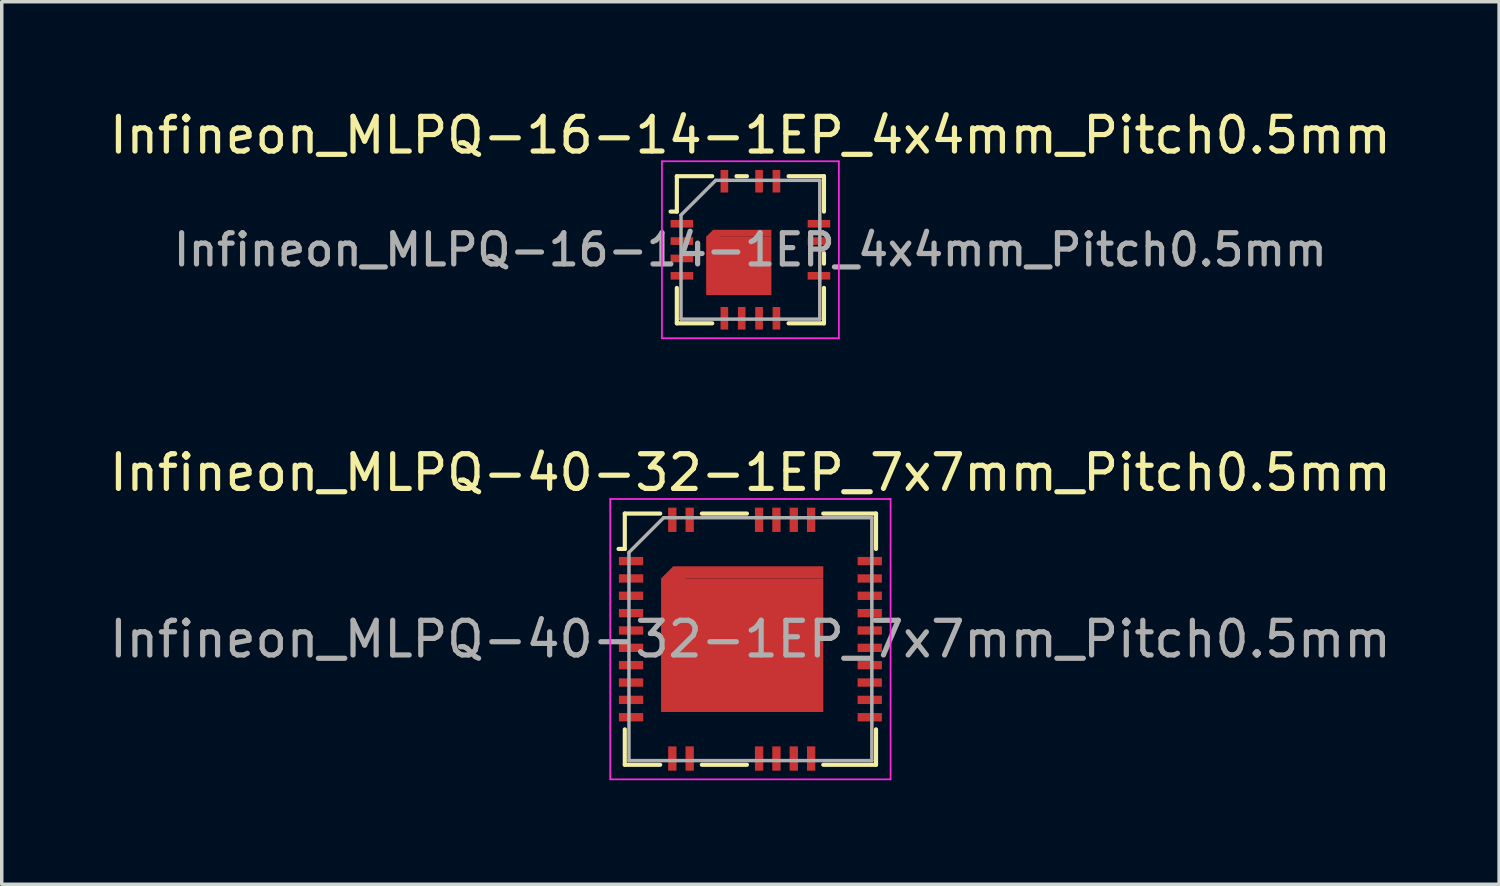
<source format=kicad_pcb>
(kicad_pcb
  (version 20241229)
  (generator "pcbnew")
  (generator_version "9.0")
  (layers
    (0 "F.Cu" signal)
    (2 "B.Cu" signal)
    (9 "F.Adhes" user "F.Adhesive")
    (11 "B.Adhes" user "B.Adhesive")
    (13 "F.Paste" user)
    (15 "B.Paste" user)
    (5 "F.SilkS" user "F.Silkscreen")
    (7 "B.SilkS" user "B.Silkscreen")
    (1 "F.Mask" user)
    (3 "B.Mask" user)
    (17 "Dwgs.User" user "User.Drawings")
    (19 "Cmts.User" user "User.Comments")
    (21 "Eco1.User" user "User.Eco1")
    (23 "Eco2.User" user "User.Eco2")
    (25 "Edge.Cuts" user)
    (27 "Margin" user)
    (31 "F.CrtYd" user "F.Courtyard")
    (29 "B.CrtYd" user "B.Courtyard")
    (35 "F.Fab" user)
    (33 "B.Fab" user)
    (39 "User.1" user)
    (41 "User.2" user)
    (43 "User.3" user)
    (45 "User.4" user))
  (footprint "Infineon_MLPQ-16-14-1EP_4x4mm_Pitch0.5mm"
    (layer "F.Cu")
    (at 18.577 4.148)
    (property "Reference" "Infineon_MLPQ-16-14-1EP_4x4mm_Pitch0.5mm" (at 0 -3.3 0) (layer "F.SilkS") (effects (font (size 1 1) (thickness 0.15))))
    (attr smd)
    (fp_line (start -2.3 -1.1) (end -2.12 -1.1) (stroke (width 0.12) (type solid)) (layer "F.SilkS"))
    (fp_line (start -2.12 -2.12) (end -2.12 -1.1) (stroke (width 0.12) (type solid)) (layer "F.SilkS"))
    (fp_line (start -2.12 1.1) (end -2.12 2.12) (stroke (width 0.12) (type solid)) (layer "F.SilkS"))
    (fp_line (start -1.1 -2.12) (end -2.12 -2.12) (stroke (width 0.12) (type solid)) (layer "F.SilkS"))
    (fp_line (start -1.1 2.12) (end -2.12 2.12) (stroke (width 0.12) (type solid)) (layer "F.SilkS"))
    (fp_line (start -0.1 -2.12) (end -0.4 -2.12) (stroke (width 0.12) (type solid)) (layer "F.SilkS"))
    (fp_line (start 2.12 -2.12) (end 1.1 -2.12) (stroke (width 0.12) (type solid)) (layer "F.SilkS"))
    (fp_line (start 2.12 -2.12) (end 2.12 -1.1) (stroke (width 0.12) (type solid)) (layer "F.SilkS"))
    (fp_line (start 2.12 0.1) (end 2.12 0.4) (stroke (width 0.12) (type solid)) (layer "F.SilkS"))
    (fp_line (start 2.12 1.1) (end 2.12 2.12) (stroke (width 0.12) (type solid)) (layer "F.SilkS"))
    (fp_line (start 2.12 2.12) (end 1.1 2.12) (stroke (width 0.12) (type solid)) (layer "F.SilkS"))
    (fp_line (start -2.55 -2.55) (end 2.55 -2.55) (stroke (width 0.05) (type solid)) (layer "F.CrtYd"))
    (fp_line (start -2.55 2.55) (end -2.55 -2.55) (stroke (width 0.05) (type solid)) (layer "F.CrtYd"))
    (fp_line (start 2.55 -2.55) (end 2.55 2.55) (stroke (width 0.05) (type solid)) (layer "F.CrtYd"))
    (fp_line (start 2.55 2.55) (end -2.55 2.55) (stroke (width 0.05) (type solid)) (layer "F.CrtYd"))
    (fp_line (start -2 2) (end -2 -1) (stroke (width 0.1) (type solid)) (layer "F.Fab"))
    (fp_line (start -1 -2) (end -2 -1) (stroke (width 0.1) (type solid)) (layer "F.Fab"))
    (fp_line (start -1 -2) (end 2 -2) (stroke (width 0.1) (type solid)) (layer "F.Fab"))
    (fp_line (start 2 -2) (end 2 2) (stroke (width 0.1) (type solid)) (layer "F.Fab"))
    (fp_line (start 2 2) (end -2 2) (stroke (width 0.1) (type solid)) (layer "F.Fab"))
    (fp_text user "${REFERENCE}" (at 0 0 0) (layer "F.Fab") (effects (font (size 0.9 0.9) (thickness 0.15))))
    (pad "" smd rect (at -0.335 -0.105) (size 1.5 0.8) (layers "F.Paste"))
    (pad "" smd rect (at -0.335 0.835) (size 1.5 0.8) (layers "F.Paste"))
    (pad "1" smd rect (at -1.975 -0.75) (size 0.65 0.22) (layers "F.Cu" "F.Mask" "F.Paste"))
    (pad "2" smd rect (at -1.975 -0.25) (size 0.65 0.22) (layers "F.Cu" "F.Mask" "F.Paste"))
    (pad "3" smd rect (at -1.975 0.25) (size 0.65 0.22) (layers "F.Cu" "F.Mask" "F.Paste"))
    (pad "4" smd rect (at -1.975 0.75) (size 0.65 0.22) (layers "F.Cu" "F.Mask" "F.Paste"))
    (pad "5" smd rect (at -0.75 1.975) (size 0.22 0.65) (layers "F.Cu" "F.Mask" "F.Paste"))
    (pad "6" smd rect (at -0.25 1.975) (size 0.22 0.65) (layers "F.Cu" "F.Mask" "F.Paste"))
    (pad "7" smd rect (at 0.25 1.975) (size 0.22 0.65) (layers "F.Cu" "F.Mask" "F.Paste"))
    (pad "8" smd rect (at 0.75 1.975) (size 0.22 0.65) (layers "F.Cu" "F.Mask" "F.Paste"))
    (pad "9" smd rect (at 1.975 0.75) (size 0.65 0.22) (layers "F.Cu" "F.Mask" "F.Paste"))
    (pad "11" smd rect (at 1.975 -0.25) (size 0.65 0.22) (layers "F.Cu" "F.Mask" "F.Paste"))
    (pad "12" smd rect (at 1.975 -0.75) (size 0.65 0.22) (layers "F.Cu" "F.Mask" "F.Paste"))
    (pad "13" smd rect (at 0.75 -1.975) (size 0.22 0.65) (layers "F.Cu" "F.Mask" "F.Paste"))
    (pad "14" smd rect (at 0.25 -1.975) (size 0.22 0.65) (layers "F.Cu" "F.Mask" "F.Paste"))
    (pad "16" smd rect (at -0.75 -1.975) (size 0.22 0.65) (layers "F.Cu" "F.Mask" "F.Paste"))
    (pad "17" smd rect (at -1.075 -0.375 45) (size 0.283 0.283) (layers "F.Cu" "F.Mask"))
    (pad "17" smd rect (at -0.335 0.465) (size 1.88 1.68) (layers "F.Cu" "F.Mask"))
    (pad "17" smd rect (at -0.235 -0.475) (size 1.68 0.2) (layers "F.Cu" "F.Mask")))
  (footprint "Infineon_MLPQ-40-32-1EP_7x7mm_Pitch0.5mm"
    (layer "F.Cu")
    (at 18.577 15.371)
    (property "Reference" "Infineon_MLPQ-40-32-1EP_7x7mm_Pitch0.5mm" (at 0 -4.8 0) (layer "F.SilkS") (effects (font (size 1 1) (thickness 0.15))))
    (attr smd)
    (fp_line (start -3.8 -2.6) (end -3.62 -2.6) (stroke (width 0.12) (type solid)) (layer "F.SilkS"))
    (fp_line (start -3.62 -3.62) (end -3.62 -2.6) (stroke (width 0.12) (type solid)) (layer "F.SilkS"))
    (fp_line (start -3.62 3.62) (end -3.62 2.6) (stroke (width 0.12) (type solid)) (layer "F.SilkS"))
    (fp_line (start -2.6 -3.62) (end -3.62 -3.62) (stroke (width 0.12) (type solid)) (layer "F.SilkS"))
    (fp_line (start -2.6 3.62) (end -3.62 3.62) (stroke (width 0.12) (type solid)) (layer "F.SilkS"))
    (fp_line (start -0.1 -3.62) (end -1.4 -3.62) (stroke (width 0.12) (type solid)) (layer "F.SilkS"))
    (fp_line (start -0.1 3.62) (end -1.4 3.62) (stroke (width 0.12) (type solid)) (layer "F.SilkS"))
    (fp_line (start 3.62 -3.62) (end 2.1 -3.62) (stroke (width 0.12) (type solid)) (layer "F.SilkS"))
    (fp_line (start 3.62 -3.62) (end 3.62 -2.6) (stroke (width 0.12) (type solid)) (layer "F.SilkS"))
    (fp_line (start 3.62 3.62) (end 2.1 3.62) (stroke (width 0.12) (type solid)) (layer "F.SilkS"))
    (fp_line (start 3.62 3.62) (end 3.62 2.6) (stroke (width 0.12) (type solid)) (layer "F.SilkS"))
    (fp_line (start -4.04 -4.04) (end 4.04 -4.04) (stroke (width 0.05) (type solid)) (layer "F.CrtYd"))
    (fp_line (start -4.04 4.04) (end -4.04 -4.04) (stroke (width 0.05) (type solid)) (layer "F.CrtYd"))
    (fp_line (start 4.04 -4.04) (end 4.04 4.04) (stroke (width 0.05) (type solid)) (layer "F.CrtYd"))
    (fp_line (start 4.04 4.04) (end -4.04 4.04) (stroke (width 0.05) (type solid)) (layer "F.CrtYd"))
    (fp_line (start -3.5 3.5) (end -3.5 -2.5) (stroke (width 0.1) (type solid)) (layer "F.Fab"))
    (fp_line (start -2.5 -3.5) (end -3.5 -2.5) (stroke (width 0.1) (type solid)) (layer "F.Fab"))
    (fp_line (start -2.5 -3.5) (end 3.5 -3.5) (stroke (width 0.1) (type solid)) (layer "F.Fab"))
    (fp_line (start 3.5 -3.5) (end 3.5 3.5) (stroke (width 0.1) (type solid)) (layer "F.Fab"))
    (fp_line (start 3.5 3.5) (end -3.5 3.5) (stroke (width 0.1) (type solid)) (layer "F.Fab"))
    (fp_text user "${REFERENCE}" (at 0 0 0) (layer "F.Fab") (effects (font (size 1 1) (thickness 0.15))))
    (pad "" smd rect (at -3.425 -2.25) (size 0.65 0.22) (layers "F.Paste"))
    (pad "" smd rect (at -3.425 -1.75) (size 0.65 0.22) (layers "F.Paste"))
    (pad "" smd rect (at -3.425 -1.25) (size 0.65 0.22) (layers "F.Paste"))
    (pad "" smd rect (at -3.425 -0.75) (size 0.65 0.22) (layers "F.Paste"))
    (pad "" smd rect (at -3.425 -0.25) (size 0.65 0.22) (layers "F.Paste"))
    (pad "" smd rect (at -3.425 0.25) (size 0.65 0.22) (layers "F.Paste"))
    (pad "" smd rect (at -3.425 0.75) (size 0.65 0.22) (layers "F.Paste"))
    (pad "" smd rect (at -3.425 1.25) (size 0.65 0.22) (layers "F.Paste"))
    (pad "" smd rect (at -3.425 1.75) (size 0.65 0.22) (layers "F.Paste"))
    (pad "" smd rect (at -3.425 2.25) (size 0.65 0.22) (layers "F.Paste"))
    (pad "" smd rect (at -2.25 -3.425) (size 0.22 0.65) (layers "F.Paste"))
    (pad "" smd rect (at -2.25 3.425) (size 0.22 0.65) (layers "F.Paste"))
    (pad "" smd rect (at -1.796 -1.4) (size 1.2 1.1) (layers "F.Paste"))
    (pad "" smd rect (at -1.796 0) (size 1.2 1.1) (layers "F.Paste"))
    (pad "" smd rect (at -1.796 1.4) (size 1.2 1.1) (layers "F.Paste"))
    (pad "" smd rect (at -1.75 -3.425) (size 0.22 0.65) (layers "F.Paste"))
    (pad "" smd rect (at -1.75 3.425) (size 0.22 0.65) (layers "F.Paste"))
    (pad "" smd rect (at -0.237 -1.4) (size 1.2 1.1) (layers "F.Paste"))
    (pad "" smd rect (at -0.237 0) (size 1.2 1.1) (layers "F.Paste"))
    (pad "" smd rect (at -0.237 1.4) (size 1.2 1.1) (layers "F.Paste"))
    (pad "" smd rect (at 0.25 -3.425) (size 0.22 0.65) (layers "F.Paste"))
    (pad "" smd rect (at 0.25 3.425) (size 0.22 0.65) (layers "F.Paste"))
    (pad "" smd rect (at 0.75 -3.425) (size 0.22 0.65) (layers "F.Paste"))
    (pad "" smd rect (at 0.75 3.425) (size 0.22 0.65) (layers "F.Paste"))
    (pad "" smd rect (at 1.25 -3.425) (size 0.22 0.65) (layers "F.Paste"))
    (pad "" smd rect (at 1.25 3.425) (size 0.22 0.65) (layers "F.Paste"))
    (pad "" smd rect (at 1.321 -1.4) (size 1.2 1.1) (layers "F.Paste"))
    (pad "" smd rect (at 1.321 0) (size 1.2 1.1) (layers "F.Paste"))
    (pad "" smd rect (at 1.321 1.4) (size 1.2 1.1) (layers "F.Paste"))
    (pad "" smd rect (at 1.75 -3.425) (size 0.22 0.65) (layers "F.Paste"))
    (pad "" smd rect (at 1.75 3.425) (size 0.22 0.65) (layers "F.Paste"))
    (pad "" smd rect (at 3.425 -2.25) (size 0.65 0.22) (layers "F.Paste"))
    (pad "" smd rect (at 3.425 -1.75) (size 0.65 0.22) (layers "F.Paste"))
    (pad "" smd rect (at 3.425 -1.25) (size 0.65 0.22) (layers "F.Paste"))
    (pad "" smd rect (at 3.425 -0.75) (size 0.65 0.22) (layers "F.Paste"))
    (pad "" smd rect (at 3.425 -0.25) (size 0.65 0.22) (layers "F.Paste"))
    (pad "" smd rect (at 3.425 0.25) (size 0.65 0.22) (layers "F.Paste"))
    (pad "" smd rect (at 3.425 0.75) (size 0.65 0.22) (layers "F.Paste"))
    (pad "" smd rect (at 3.425 1.25) (size 0.65 0.22) (layers "F.Paste"))
    (pad "" smd rect (at 3.425 1.75) (size 0.65 0.22) (layers "F.Paste"))
    (pad "" smd rect (at 3.425 2.25) (size 0.65 0.22) (layers "F.Paste"))
    (pad "1" smd rect (at -3.44 -2.25) (size 0.7 0.24) (layers "F.Cu" "F.Mask"))
    (pad "2" smd rect (at -3.44 -1.75) (size 0.7 0.24) (layers "F.Cu" "F.Mask"))
    (pad "3" smd rect (at -3.44 -1.25) (size 0.7 0.24) (layers "F.Cu" "F.Mask"))
    (pad "4" smd rect (at -3.44 -0.75) (size 0.7 0.24) (layers "F.Cu" "F.Mask"))
    (pad "5" smd rect (at -3.44 -0.25) (size 0.7 0.24) (layers "F.Cu" "F.Mask"))
    (pad "6" smd rect (at -3.44 0.25) (size 0.7 0.24) (layers "F.Cu" "F.Mask"))
    (pad "7" smd rect (at -3.44 0.75) (size 0.7 0.24) (layers "F.Cu" "F.Mask"))
    (pad "8" smd rect (at -3.44 1.25) (size 0.7 0.24) (layers "F.Cu" "F.Mask"))
    (pad "9" smd rect (at -3.44 1.75) (size 0.7 0.24) (layers "F.Cu" "F.Mask"))
    (pad "10" smd rect (at -3.44 2.25) (size 0.7 0.24) (layers "F.Cu" "F.Mask"))
    (pad "11" smd rect (at -2.25 3.44) (size 0.24 0.7) (layers "F.Cu" "F.Mask"))
    (pad "12" smd rect (at -1.75 3.44) (size 0.24 0.7) (layers "F.Cu" "F.Mask"))
    (pad "13" smd rect (at 0.25 3.44) (size 0.24 0.7) (layers "F.Cu" "F.Mask"))
    (pad "14" smd rect (at 0.75 3.44) (size 0.24 0.7) (layers "F.Cu" "F.Mask"))
    (pad "15" smd rect (at 1.25 3.44) (size 0.24 0.7) (layers "F.Cu" "F.Mask"))
    (pad "16" smd rect (at 1.75 3.44) (size 0.24 0.7) (layers "F.Cu" "F.Mask"))
    (pad "17" smd rect (at 3.44 2.25) (size 0.7 0.24) (layers "F.Cu" "F.Mask"))
    (pad "18" smd rect (at 3.44 1.75) (size 0.7 0.24) (layers "F.Cu" "F.Mask"))
    (pad "19" smd rect (at 3.44 1.25) (size 0.7 0.24) (layers "F.Cu" "F.Mask"))
    (pad "20" smd rect (at 3.44 0.75) (size 0.7 0.24) (layers "F.Cu" "F.Mask"))
    (pad "21" smd rect (at 3.44 0.25) (size 0.7 0.24) (layers "F.Cu" "F.Mask"))
    (pad "22" smd rect (at 3.44 -0.25) (size 0.7 0.24) (layers "F.Cu" "F.Mask"))
    (pad "23" smd rect (at 3.44 -0.75) (size 0.7 0.24) (layers "F.Cu" "F.Mask"))
    (pad "24" smd rect (at 3.44 -1.25) (size 0.7 0.24) (layers "F.Cu" "F.Mask"))
    (pad "25" smd rect (at 3.44 -1.75) (size 0.7 0.24) (layers "F.Cu" "F.Mask"))
    (pad "26" smd rect (at 3.44 -2.25) (size 0.7 0.24) (layers "F.Cu" "F.Mask"))
    (pad "27" smd rect (at 1.75 -3.44) (size 0.24 0.7) (layers "F.Cu" "F.Mask"))
    (pad "28" smd rect (at 1.25 -3.44) (size 0.24 0.7) (layers "F.Cu" "F.Mask"))
    (pad "29" smd rect (at 0.75 -3.44) (size 0.24 0.7) (layers "F.Cu" "F.Mask"))
    (pad "30" smd rect (at 0.25 -3.44) (size 0.24 0.7) (layers "F.Cu" "F.Mask"))
    (pad "31" smd rect (at -1.75 -3.44) (size 0.24 0.7) (layers "F.Cu" "F.Mask"))
    (pad "32" smd rect (at -2.25 -3.44) (size 0.24 0.7) (layers "F.Cu" "F.Mask"))
    (pad "33" smd rect (at -2.225 -1.75 45) (size 0.495 0.495) (layers "F.Cu" "F.Mask"))
    (pad "33" smd rect (at -0.237 0.175) (size 4.675 3.85) (layers "F.Cu" "F.Mask"))
    (pad "33" smd rect (at -0.062 -1.925) (size 4.325 0.35) (layers "F.Cu" "F.Mask")))
  (gr_rect
    (start -3 -3)
    (end 40.155 22.436)
    (stroke (width 0.1) (type default))
    (fill no)
    (layer "Edge.Cuts")))
</source>
